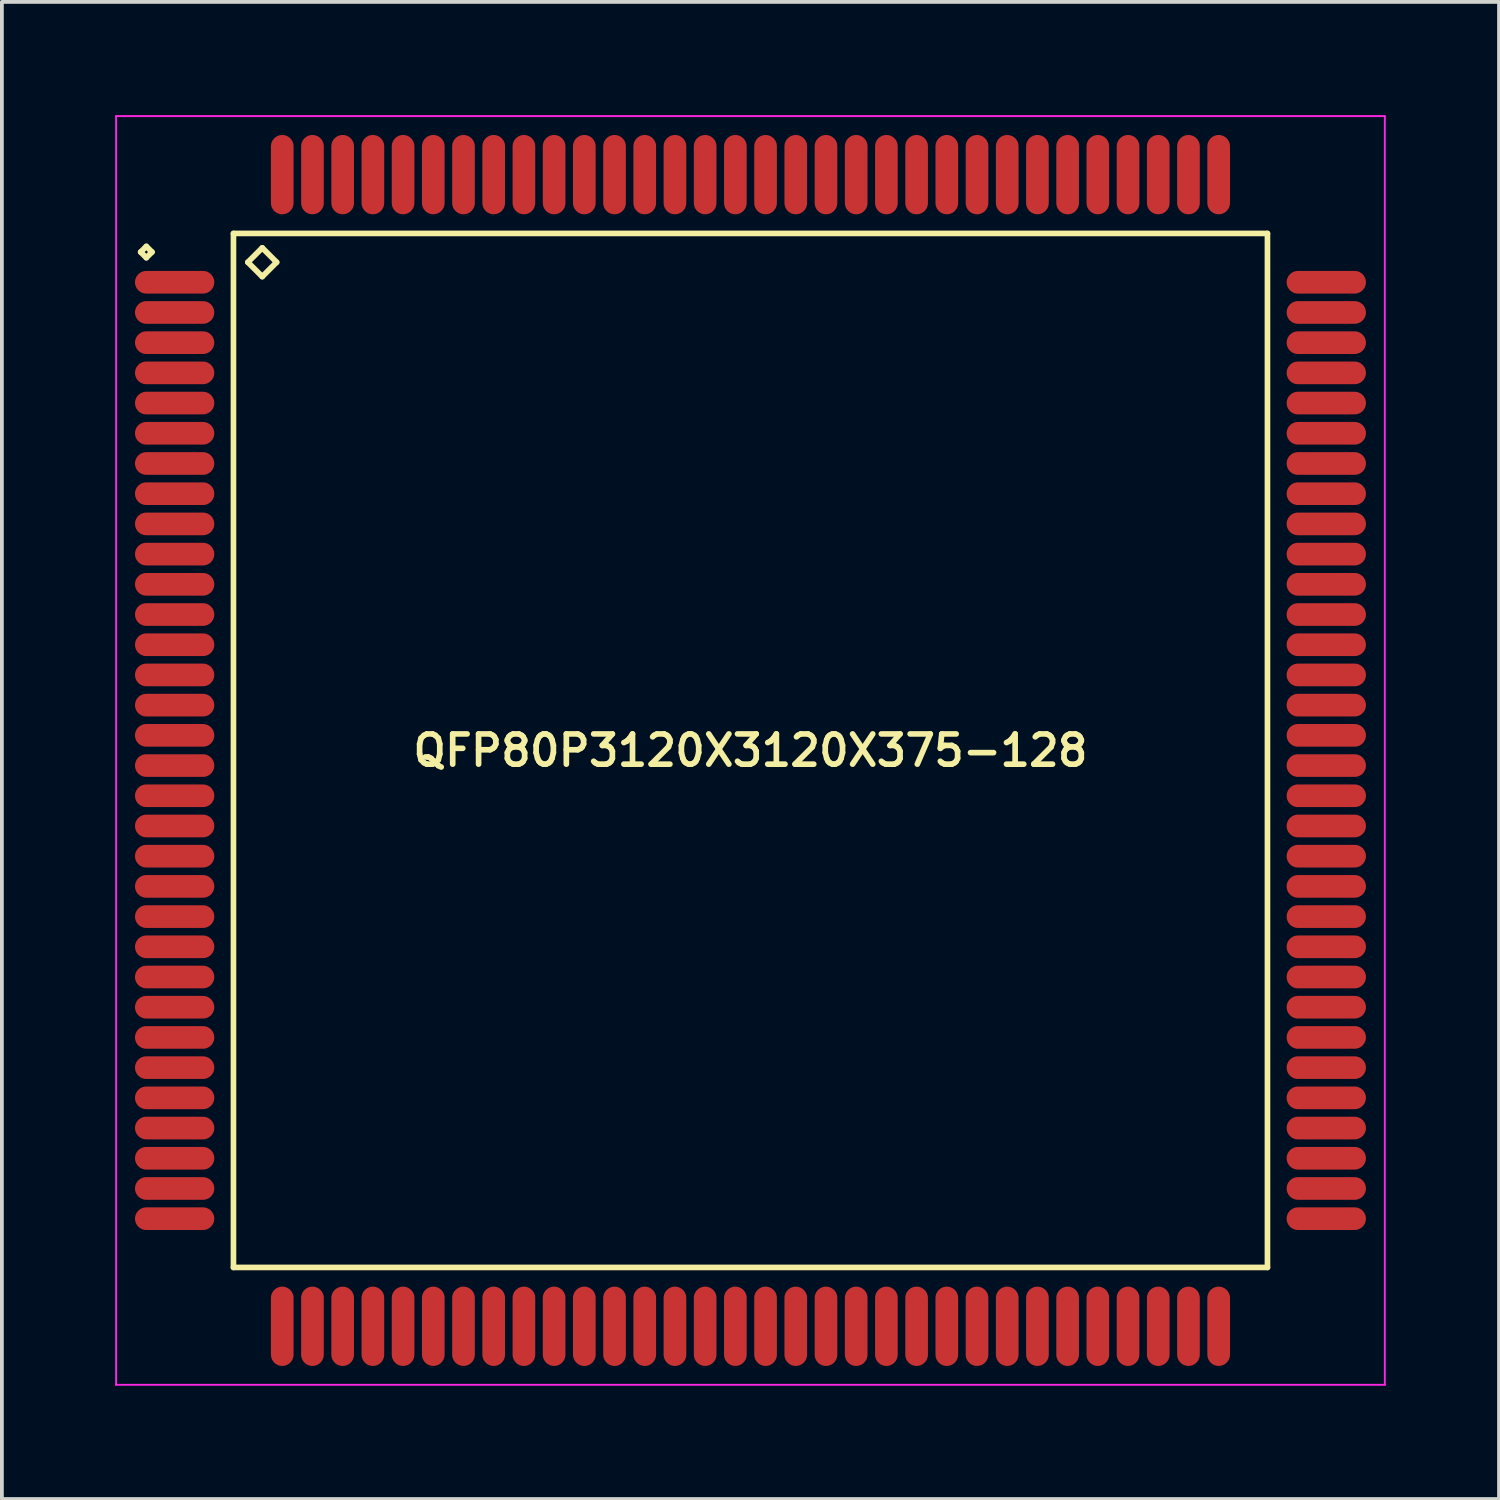
<source format=kicad_pcb>
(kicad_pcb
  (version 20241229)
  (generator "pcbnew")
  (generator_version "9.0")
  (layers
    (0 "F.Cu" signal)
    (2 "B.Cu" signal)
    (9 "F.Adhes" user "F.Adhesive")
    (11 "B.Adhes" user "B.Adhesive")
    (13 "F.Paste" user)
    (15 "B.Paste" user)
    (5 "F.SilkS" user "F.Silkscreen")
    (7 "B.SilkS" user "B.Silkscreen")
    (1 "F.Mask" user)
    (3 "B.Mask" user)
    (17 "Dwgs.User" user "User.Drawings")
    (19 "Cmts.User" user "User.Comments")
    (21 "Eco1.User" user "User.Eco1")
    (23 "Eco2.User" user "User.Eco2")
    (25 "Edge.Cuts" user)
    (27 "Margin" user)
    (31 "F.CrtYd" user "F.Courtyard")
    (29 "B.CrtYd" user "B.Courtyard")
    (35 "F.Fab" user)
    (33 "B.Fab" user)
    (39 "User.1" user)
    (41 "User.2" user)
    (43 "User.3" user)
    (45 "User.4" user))
  (footprint "QFP80P3120X3120X375-128"
    (layer "F.Cu")
    (at 16.825 16.825)
    (property "Reference" "QFP80P3120X3120X375-128" (at 0 0 0) (layer "F.SilkS") (effects (font (size 0.8 0.8) (thickness 0.15))))
    (attr smd)
    (fp_line (start -16.15 -13.2) (end -16 -13.35) (stroke (width 0.15) (type solid)) (layer "F.SilkS"))
    (fp_line (start -16 -13.35) (end -15.85 -13.2) (stroke (width 0.15) (type solid)) (layer "F.SilkS"))
    (fp_line (start -16 -13.05) (end -16.15 -13.2) (stroke (width 0.15) (type solid)) (layer "F.SilkS"))
    (fp_line (start -15.85 -13.2) (end -16 -13.05) (stroke (width 0.15) (type solid)) (layer "F.SilkS"))
    (fp_line (start -13.692 -13.692) (end -13.692 13.692) (stroke (width 0.15) (type solid)) (layer "F.SilkS"))
    (fp_line (start -13.692 13.692) (end 13.692 13.692) (stroke (width 0.15) (type solid)) (layer "F.SilkS"))
    (fp_line (start -13.311 -12.93) (end -12.93 -13.311) (stroke (width 0.15) (type solid)) (layer "F.SilkS"))
    (fp_line (start -12.93 -13.311) (end -12.549 -12.93) (stroke (width 0.15) (type solid)) (layer "F.SilkS"))
    (fp_line (start -12.93 -12.549) (end -13.311 -12.93) (stroke (width 0.15) (type solid)) (layer "F.SilkS"))
    (fp_line (start -12.549 -12.93) (end -12.93 -12.549) (stroke (width 0.15) (type solid)) (layer "F.SilkS"))
    (fp_line (start 13.692 -13.692) (end -13.692 -13.692) (stroke (width 0.15) (type solid)) (layer "F.SilkS"))
    (fp_line (start 13.692 13.692) (end 13.692 -13.692) (stroke (width 0.15) (type solid)) (layer "F.SilkS"))
    (fp_line (start -16.8 -16.8) (end 16.8 -16.8) (stroke (width 0.05) (type solid)) (layer "F.CrtYd"))
    (fp_line (start -16.8 16.8) (end -16.8 -16.8) (stroke (width 0.05) (type solid)) (layer "F.CrtYd"))
    (fp_line (start 16.8 -16.8) (end 16.8 16.8) (stroke (width 0.05) (type solid)) (layer "F.CrtYd"))
    (fp_line (start 16.8 16.8) (end -16.8 16.8) (stroke (width 0.05) (type solid)) (layer "F.CrtYd"))
    (pad "1" smd oval (at -15.25 -12.4) (size 2.1 0.6) (layers "F.Cu" "F.Mask" "F.Paste"))
    (pad "2" smd oval (at -15.25 -11.6) (size 2.1 0.6) (layers "F.Cu" "F.Mask" "F.Paste"))
    (pad "3" smd oval (at -15.25 -10.8) (size 2.1 0.6) (layers "F.Cu" "F.Mask" "F.Paste"))
    (pad "4" smd oval (at -15.25 -10) (size 2.1 0.6) (layers "F.Cu" "F.Mask" "F.Paste"))
    (pad "5" smd oval (at -15.25 -9.2) (size 2.1 0.6) (layers "F.Cu" "F.Mask" "F.Paste"))
    (pad "6" smd oval (at -15.25 -8.4) (size 2.1 0.6) (layers "F.Cu" "F.Mask" "F.Paste"))
    (pad "7" smd oval (at -15.25 -7.6) (size 2.1 0.6) (layers "F.Cu" "F.Mask" "F.Paste"))
    (pad "8" smd oval (at -15.25 -6.8) (size 2.1 0.6) (layers "F.Cu" "F.Mask" "F.Paste"))
    (pad "9" smd oval (at -15.25 -6) (size 2.1 0.6) (layers "F.Cu" "F.Mask" "F.Paste"))
    (pad "10" smd oval (at -15.25 -5.2) (size 2.1 0.6) (layers "F.Cu" "F.Mask" "F.Paste"))
    (pad "11" smd oval (at -15.25 -4.4) (size 2.1 0.6) (layers "F.Cu" "F.Mask" "F.Paste"))
    (pad "12" smd oval (at -15.25 -3.6) (size 2.1 0.6) (layers "F.Cu" "F.Mask" "F.Paste"))
    (pad "13" smd oval (at -15.25 -2.8) (size 2.1 0.6) (layers "F.Cu" "F.Mask" "F.Paste"))
    (pad "14" smd oval (at -15.25 -2) (size 2.1 0.6) (layers "F.Cu" "F.Mask" "F.Paste"))
    (pad "15" smd oval (at -15.25 -1.2) (size 2.1 0.6) (layers "F.Cu" "F.Mask" "F.Paste"))
    (pad "16" smd oval (at -15.25 -0.4) (size 2.1 0.6) (layers "F.Cu" "F.Mask" "F.Paste"))
    (pad "17" smd oval (at -15.25 0.4) (size 2.1 0.6) (layers "F.Cu" "F.Mask" "F.Paste"))
    (pad "18" smd oval (at -15.25 1.2) (size 2.1 0.6) (layers "F.Cu" "F.Mask" "F.Paste"))
    (pad "19" smd oval (at -15.25 2) (size 2.1 0.6) (layers "F.Cu" "F.Mask" "F.Paste"))
    (pad "20" smd oval (at -15.25 2.8) (size 2.1 0.6) (layers "F.Cu" "F.Mask" "F.Paste"))
    (pad "21" smd oval (at -15.25 3.6) (size 2.1 0.6) (layers "F.Cu" "F.Mask" "F.Paste"))
    (pad "22" smd oval (at -15.25 4.4) (size 2.1 0.6) (layers "F.Cu" "F.Mask" "F.Paste"))
    (pad "23" smd oval (at -15.25 5.2) (size 2.1 0.6) (layers "F.Cu" "F.Mask" "F.Paste"))
    (pad "24" smd oval (at -15.25 6) (size 2.1 0.6) (layers "F.Cu" "F.Mask" "F.Paste"))
    (pad "25" smd oval (at -15.25 6.8) (size 2.1 0.6) (layers "F.Cu" "F.Mask" "F.Paste"))
    (pad "26" smd oval (at -15.25 7.6) (size 2.1 0.6) (layers "F.Cu" "F.Mask" "F.Paste"))
    (pad "27" smd oval (at -15.25 8.4) (size 2.1 0.6) (layers "F.Cu" "F.Mask" "F.Paste"))
    (pad "28" smd oval (at -15.25 9.2) (size 2.1 0.6) (layers "F.Cu" "F.Mask" "F.Paste"))
    (pad "29" smd oval (at -15.25 10) (size 2.1 0.6) (layers "F.Cu" "F.Mask" "F.Paste"))
    (pad "30" smd oval (at -15.25 10.8) (size 2.1 0.6) (layers "F.Cu" "F.Mask" "F.Paste"))
    (pad "31" smd oval (at -15.25 11.6) (size 2.1 0.6) (layers "F.Cu" "F.Mask" "F.Paste"))
    (pad "32" smd oval (at -15.25 12.4) (size 2.1 0.6) (layers "F.Cu" "F.Mask" "F.Paste"))
    (pad "33" smd oval (at -12.4 15.25) (size 0.6 2.1) (layers "F.Cu" "F.Mask" "F.Paste"))
    (pad "34" smd oval (at -11.6 15.25) (size 0.6 2.1) (layers "F.Cu" "F.Mask" "F.Paste"))
    (pad "35" smd oval (at -10.8 15.25) (size 0.6 2.1) (layers "F.Cu" "F.Mask" "F.Paste"))
    (pad "36" smd oval (at -10 15.25) (size 0.6 2.1) (layers "F.Cu" "F.Mask" "F.Paste"))
    (pad "37" smd oval (at -9.2 15.25) (size 0.6 2.1) (layers "F.Cu" "F.Mask" "F.Paste"))
    (pad "38" smd oval (at -8.4 15.25) (size 0.6 2.1) (layers "F.Cu" "F.Mask" "F.Paste"))
    (pad "39" smd oval (at -7.6 15.25) (size 0.6 2.1) (layers "F.Cu" "F.Mask" "F.Paste"))
    (pad "40" smd oval (at -6.8 15.25) (size 0.6 2.1) (layers "F.Cu" "F.Mask" "F.Paste"))
    (pad "41" smd oval (at -6 15.25) (size 0.6 2.1) (layers "F.Cu" "F.Mask" "F.Paste"))
    (pad "42" smd oval (at -5.2 15.25) (size 0.6 2.1) (layers "F.Cu" "F.Mask" "F.Paste"))
    (pad "43" smd oval (at -4.4 15.25) (size 0.6 2.1) (layers "F.Cu" "F.Mask" "F.Paste"))
    (pad "44" smd oval (at -3.6 15.25) (size 0.6 2.1) (layers "F.Cu" "F.Mask" "F.Paste"))
    (pad "45" smd oval (at -2.8 15.25) (size 0.6 2.1) (layers "F.Cu" "F.Mask" "F.Paste"))
    (pad "46" smd oval (at -2 15.25) (size 0.6 2.1) (layers "F.Cu" "F.Mask" "F.Paste"))
    (pad "47" smd oval (at -1.2 15.25) (size 0.6 2.1) (layers "F.Cu" "F.Mask" "F.Paste"))
    (pad "48" smd oval (at -0.4 15.25) (size 0.6 2.1) (layers "F.Cu" "F.Mask" "F.Paste"))
    (pad "49" smd oval (at 0.4 15.25) (size 0.6 2.1) (layers "F.Cu" "F.Mask" "F.Paste"))
    (pad "50" smd oval (at 1.2 15.25) (size 0.6 2.1) (layers "F.Cu" "F.Mask" "F.Paste"))
    (pad "51" smd oval (at 2 15.25) (size 0.6 2.1) (layers "F.Cu" "F.Mask" "F.Paste"))
    (pad "52" smd oval (at 2.8 15.25) (size 0.6 2.1) (layers "F.Cu" "F.Mask" "F.Paste"))
    (pad "53" smd oval (at 3.6 15.25) (size 0.6 2.1) (layers "F.Cu" "F.Mask" "F.Paste"))
    (pad "54" smd oval (at 4.4 15.25) (size 0.6 2.1) (layers "F.Cu" "F.Mask" "F.Paste"))
    (pad "55" smd oval (at 5.2 15.25) (size 0.6 2.1) (layers "F.Cu" "F.Mask" "F.Paste"))
    (pad "56" smd oval (at 6 15.25) (size 0.6 2.1) (layers "F.Cu" "F.Mask" "F.Paste"))
    (pad "57" smd oval (at 6.8 15.25) (size 0.6 2.1) (layers "F.Cu" "F.Mask" "F.Paste"))
    (pad "58" smd oval (at 7.6 15.25) (size 0.6 2.1) (layers "F.Cu" "F.Mask" "F.Paste"))
    (pad "59" smd oval (at 8.4 15.25) (size 0.6 2.1) (layers "F.Cu" "F.Mask" "F.Paste"))
    (pad "60" smd oval (at 9.2 15.25) (size 0.6 2.1) (layers "F.Cu" "F.Mask" "F.Paste"))
    (pad "61" smd oval (at 10 15.25) (size 0.6 2.1) (layers "F.Cu" "F.Mask" "F.Paste"))
    (pad "62" smd oval (at 10.8 15.25) (size 0.6 2.1) (layers "F.Cu" "F.Mask" "F.Paste"))
    (pad "63" smd oval (at 11.6 15.25) (size 0.6 2.1) (layers "F.Cu" "F.Mask" "F.Paste"))
    (pad "64" smd oval (at 12.4 15.25) (size 0.6 2.1) (layers "F.Cu" "F.Mask" "F.Paste"))
    (pad "65" smd oval (at 15.25 12.4) (size 2.1 0.6) (layers "F.Cu" "F.Mask" "F.Paste"))
    (pad "66" smd oval (at 15.25 11.6) (size 2.1 0.6) (layers "F.Cu" "F.Mask" "F.Paste"))
    (pad "67" smd oval (at 15.25 10.8) (size 2.1 0.6) (layers "F.Cu" "F.Mask" "F.Paste"))
    (pad "68" smd oval (at 15.25 10) (size 2.1 0.6) (layers "F.Cu" "F.Mask" "F.Paste"))
    (pad "69" smd oval (at 15.25 9.2) (size 2.1 0.6) (layers "F.Cu" "F.Mask" "F.Paste"))
    (pad "70" smd oval (at 15.25 8.4) (size 2.1 0.6) (layers "F.Cu" "F.Mask" "F.Paste"))
    (pad "71" smd oval (at 15.25 7.6) (size 2.1 0.6) (layers "F.Cu" "F.Mask" "F.Paste"))
    (pad "72" smd oval (at 15.25 6.8) (size 2.1 0.6) (layers "F.Cu" "F.Mask" "F.Paste"))
    (pad "73" smd oval (at 15.25 6) (size 2.1 0.6) (layers "F.Cu" "F.Mask" "F.Paste"))
    (pad "74" smd oval (at 15.25 5.2) (size 2.1 0.6) (layers "F.Cu" "F.Mask" "F.Paste"))
    (pad "75" smd oval (at 15.25 4.4) (size 2.1 0.6) (layers "F.Cu" "F.Mask" "F.Paste"))
    (pad "76" smd oval (at 15.25 3.6) (size 2.1 0.6) (layers "F.Cu" "F.Mask" "F.Paste"))
    (pad "77" smd oval (at 15.25 2.8) (size 2.1 0.6) (layers "F.Cu" "F.Mask" "F.Paste"))
    (pad "78" smd oval (at 15.25 2) (size 2.1 0.6) (layers "F.Cu" "F.Mask" "F.Paste"))
    (pad "79" smd oval (at 15.25 1.2) (size 2.1 0.6) (layers "F.Cu" "F.Mask" "F.Paste"))
    (pad "80" smd oval (at 15.25 0.4) (size 2.1 0.6) (layers "F.Cu" "F.Mask" "F.Paste"))
    (pad "81" smd oval (at 15.25 -0.4) (size 2.1 0.6) (layers "F.Cu" "F.Mask" "F.Paste"))
    (pad "82" smd oval (at 15.25 -1.2) (size 2.1 0.6) (layers "F.Cu" "F.Mask" "F.Paste"))
    (pad "83" smd oval (at 15.25 -2) (size 2.1 0.6) (layers "F.Cu" "F.Mask" "F.Paste"))
    (pad "84" smd oval (at 15.25 -2.8) (size 2.1 0.6) (layers "F.Cu" "F.Mask" "F.Paste"))
    (pad "85" smd oval (at 15.25 -3.6) (size 2.1 0.6) (layers "F.Cu" "F.Mask" "F.Paste"))
    (pad "86" smd oval (at 15.25 -4.4) (size 2.1 0.6) (layers "F.Cu" "F.Mask" "F.Paste"))
    (pad "87" smd oval (at 15.25 -5.2) (size 2.1 0.6) (layers "F.Cu" "F.Mask" "F.Paste"))
    (pad "88" smd oval (at 15.25 -6) (size 2.1 0.6) (layers "F.Cu" "F.Mask" "F.Paste"))
    (pad "89" smd oval (at 15.25 -6.8) (size 2.1 0.6) (layers "F.Cu" "F.Mask" "F.Paste"))
    (pad "90" smd oval (at 15.25 -7.6) (size 2.1 0.6) (layers "F.Cu" "F.Mask" "F.Paste"))
    (pad "91" smd oval (at 15.25 -8.4) (size 2.1 0.6) (layers "F.Cu" "F.Mask" "F.Paste"))
    (pad "92" smd oval (at 15.25 -9.2) (size 2.1 0.6) (layers "F.Cu" "F.Mask" "F.Paste"))
    (pad "93" smd oval (at 15.25 -10) (size 2.1 0.6) (layers "F.Cu" "F.Mask" "F.Paste"))
    (pad "94" smd oval (at 15.25 -10.8) (size 2.1 0.6) (layers "F.Cu" "F.Mask" "F.Paste"))
    (pad "95" smd oval (at 15.25 -11.6) (size 2.1 0.6) (layers "F.Cu" "F.Mask" "F.Paste"))
    (pad "96" smd oval (at 15.25 -12.4) (size 2.1 0.6) (layers "F.Cu" "F.Mask" "F.Paste"))
    (pad "97" smd oval (at 12.4 -15.25) (size 0.6 2.1) (layers "F.Cu" "F.Mask" "F.Paste"))
    (pad "98" smd oval (at 11.6 -15.25) (size 0.6 2.1) (layers "F.Cu" "F.Mask" "F.Paste"))
    (pad "99" smd oval (at 10.8 -15.25) (size 0.6 2.1) (layers "F.Cu" "F.Mask" "F.Paste"))
    (pad "100" smd oval (at 10 -15.25) (size 0.6 2.1) (layers "F.Cu" "F.Mask" "F.Paste"))
    (pad "101" smd oval (at 9.2 -15.25) (size 0.6 2.1) (layers "F.Cu" "F.Mask" "F.Paste"))
    (pad "102" smd oval (at 8.4 -15.25) (size 0.6 2.1) (layers "F.Cu" "F.Mask" "F.Paste"))
    (pad "103" smd oval (at 7.6 -15.25) (size 0.6 2.1) (layers "F.Cu" "F.Mask" "F.Paste"))
    (pad "104" smd oval (at 6.8 -15.25) (size 0.6 2.1) (layers "F.Cu" "F.Mask" "F.Paste"))
    (pad "105" smd oval (at 6 -15.25) (size 0.6 2.1) (layers "F.Cu" "F.Mask" "F.Paste"))
    (pad "106" smd oval (at 5.2 -15.25) (size 0.6 2.1) (layers "F.Cu" "F.Mask" "F.Paste"))
    (pad "107" smd oval (at 4.4 -15.25) (size 0.6 2.1) (layers "F.Cu" "F.Mask" "F.Paste"))
    (pad "108" smd oval (at 3.6 -15.25) (size 0.6 2.1) (layers "F.Cu" "F.Mask" "F.Paste"))
    (pad "109" smd oval (at 2.8 -15.25) (size 0.6 2.1) (layers "F.Cu" "F.Mask" "F.Paste"))
    (pad "110" smd oval (at 2 -15.25) (size 0.6 2.1) (layers "F.Cu" "F.Mask" "F.Paste"))
    (pad "111" smd oval (at 1.2 -15.25) (size 0.6 2.1) (layers "F.Cu" "F.Mask" "F.Paste"))
    (pad "112" smd oval (at 0.4 -15.25) (size 0.6 2.1) (layers "F.Cu" "F.Mask" "F.Paste"))
    (pad "113" smd oval (at -0.4 -15.25) (size 0.6 2.1) (layers "F.Cu" "F.Mask" "F.Paste"))
    (pad "114" smd oval (at -1.2 -15.25) (size 0.6 2.1) (layers "F.Cu" "F.Mask" "F.Paste"))
    (pad "115" smd oval (at -2 -15.25) (size 0.6 2.1) (layers "F.Cu" "F.Mask" "F.Paste"))
    (pad "116" smd oval (at -2.8 -15.25) (size 0.6 2.1) (layers "F.Cu" "F.Mask" "F.Paste"))
    (pad "117" smd oval (at -3.6 -15.25) (size 0.6 2.1) (layers "F.Cu" "F.Mask" "F.Paste"))
    (pad "118" smd oval (at -4.4 -15.25) (size 0.6 2.1) (layers "F.Cu" "F.Mask" "F.Paste"))
    (pad "119" smd oval (at -5.2 -15.25) (size 0.6 2.1) (layers "F.Cu" "F.Mask" "F.Paste"))
    (pad "120" smd oval (at -6 -15.25) (size 0.6 2.1) (layers "F.Cu" "F.Mask" "F.Paste"))
    (pad "121" smd oval (at -6.8 -15.25) (size 0.6 2.1) (layers "F.Cu" "F.Mask" "F.Paste"))
    (pad "122" smd oval (at -7.6 -15.25) (size 0.6 2.1) (layers "F.Cu" "F.Mask" "F.Paste"))
    (pad "123" smd oval (at -8.4 -15.25) (size 0.6 2.1) (layers "F.Cu" "F.Mask" "F.Paste"))
    (pad "124" smd oval (at -9.2 -15.25) (size 0.6 2.1) (layers "F.Cu" "F.Mask" "F.Paste"))
    (pad "125" smd oval (at -10 -15.25) (size 0.6 2.1) (layers "F.Cu" "F.Mask" "F.Paste"))
    (pad "126" smd oval (at -10.8 -15.25) (size 0.6 2.1) (layers "F.Cu" "F.Mask" "F.Paste"))
    (pad "127" smd oval (at -11.6 -15.25) (size 0.6 2.1) (layers "F.Cu" "F.Mask" "F.Paste"))
    (pad "128" smd oval (at -12.4 -15.25) (size 0.6 2.1) (layers "F.Cu" "F.Mask" "F.Paste")))
  (gr_rect
    (start -3 -3)
    (end 36.65 36.65)
    (stroke (width 0.1) (type default))
    (fill no)
    (layer "Edge.Cuts")))
</source>
